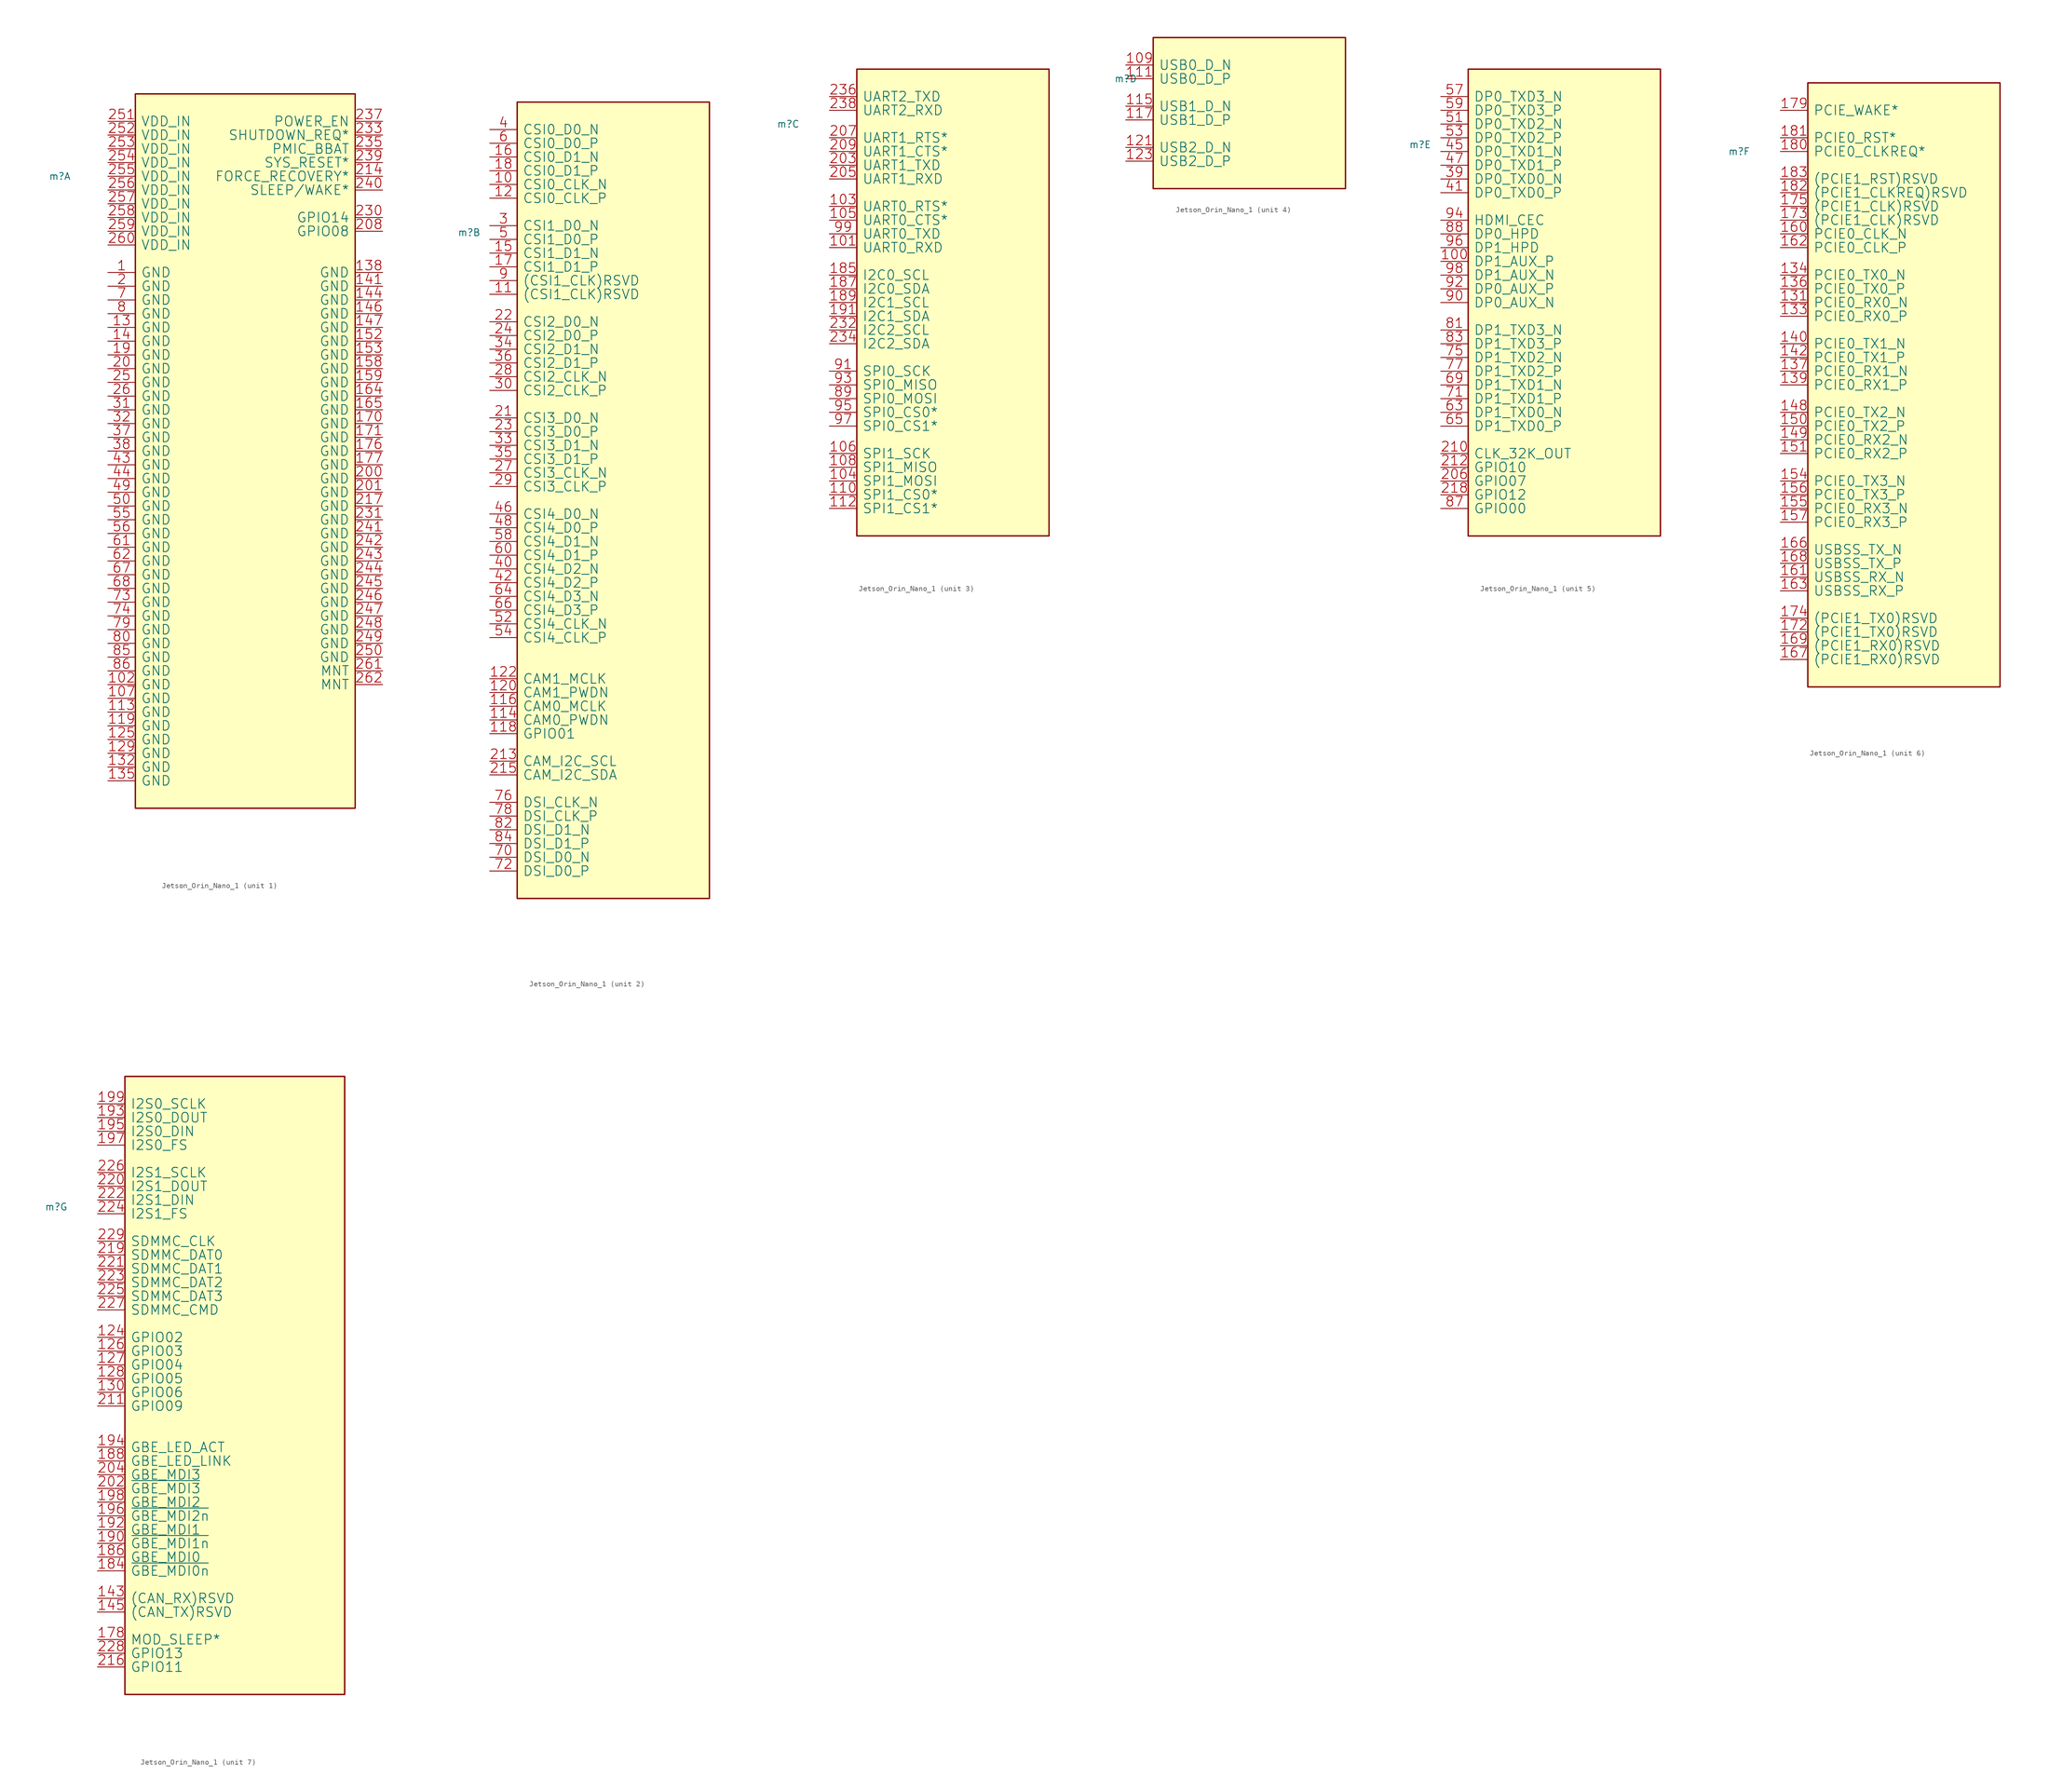
<source format=kicad_sym>
(kicad_symbol_lib
  (version 20220914)
  (generator kicad_symbol_editor)
  (symbol "Jetson_Orin_Nano_1"
    (pin_names
      (offset 1.016))
    (property "Reference" "m"
      (at 0 0 0)
      (effects (font (size 1.27 1.27))))
    (symbol "Jetson_Orin_Nano_1_1_1"
      (rectangle (start 13.97 -116.84) (end 54.61 15.24) (stroke (width 0.254) (type solid)) (fill (type background)))
      (pin passive line (at 8.89 -17.78 0) (length 5.08) (name "GND" (effects (font (size 1.778 1.778)))) (number "1" (effects (font (size 1.778 1.778)))))
      (pin passive line (at 8.89 -93.98 0) (length 5.08) (name "GND" (effects (font (size 1.778 1.778)))) (number "102" (effects (font (size 1.778 1.778)))))
      (pin passive line (at 8.89 -96.52 0) (length 5.08) (name "GND" (effects (font (size 1.778 1.778)))) (number "107" (effects (font (size 1.778 1.778)))))
      (pin passive line (at 8.89 -99.06 0) (length 5.08) (name "GND" (effects (font (size 1.778 1.778)))) (number "113" (effects (font (size 1.778 1.778)))))
      (pin passive line (at 8.89 -101.6 0) (length 5.08) (name "GND" (effects (font (size 1.778 1.778)))) (number "119" (effects (font (size 1.778 1.778)))))
      (pin passive line (at 8.89 -104.14 0) (length 5.08) (name "GND" (effects (font (size 1.778 1.778)))) (number "125" (effects (font (size 1.778 1.778)))))
      (pin passive line (at 8.89 -106.68 0) (length 5.08) (name "GND" (effects (font (size 1.778 1.778)))) (number "129" (effects (font (size 1.778 1.778)))))
      (pin passive line (at 8.89 -27.94 0) (length 5.08) (name "GND" (effects (font (size 1.778 1.778)))) (number "13" (effects (font (size 1.778 1.778)))))
      (pin passive line (at 8.89 -109.22 0) (length 5.08) (name "GND" (effects (font (size 1.778 1.778)))) (number "132" (effects (font (size 1.778 1.778)))))
      (pin passive line (at 8.89 -111.76 0) (length 5.08) (name "GND" (effects (font (size 1.778 1.778)))) (number "135" (effects (font (size 1.778 1.778)))))
      (pin passive line (at 59.69 -17.78 180) (length 5.08) (name "GND" (effects (font (size 1.778 1.778)))) (number "138" (effects (font (size 1.778 1.778)))))
      (pin passive line (at 8.89 -30.48 0) (length 5.08) (name "GND" (effects (font (size 1.778 1.778)))) (number "14" (effects (font (size 1.778 1.778)))))
      (pin passive line (at 59.69 -20.32 180) (length 5.08) (name "GND" (effects (font (size 1.778 1.778)))) (number "141" (effects (font (size 1.778 1.778)))))
      (pin passive line (at 59.69 -22.86 180) (length 5.08) (name "GND" (effects (font (size 1.778 1.778)))) (number "144" (effects (font (size 1.778 1.778)))))
      (pin passive line (at 59.69 -25.4 180) (length 5.08) (name "GND" (effects (font (size 1.778 1.778)))) (number "146" (effects (font (size 1.778 1.778)))))
      (pin passive line (at 59.69 -27.94 180) (length 5.08) (name "GND" (effects (font (size 1.778 1.778)))) (number "147" (effects (font (size 1.778 1.778)))))
      (pin passive line (at 59.69 -30.48 180) (length 5.08) (name "GND" (effects (font (size 1.778 1.778)))) (number "152" (effects (font (size 1.778 1.778)))))
      (pin passive line (at 59.69 -33.02 180) (length 5.08) (name "GND" (effects (font (size 1.778 1.778)))) (number "153" (effects (font (size 1.778 1.778)))))
      (pin passive line (at 59.69 -35.56 180) (length 5.08) (name "GND" (effects (font (size 1.778 1.778)))) (number "158" (effects (font (size 1.778 1.778)))))
      (pin passive line (at 59.69 -38.1 180) (length 5.08) (name "GND" (effects (font (size 1.778 1.778)))) (number "159" (effects (font (size 1.778 1.778)))))
      (pin passive line (at 59.69 -40.64 180) (length 5.08) (name "GND" (effects (font (size 1.778 1.778)))) (number "164" (effects (font (size 1.778 1.778)))))
      (pin passive line (at 59.69 -43.18 180) (length 5.08) (name "GND" (effects (font (size 1.778 1.778)))) (number "165" (effects (font (size 1.778 1.778)))))
      (pin passive line (at 59.69 -45.72 180) (length 5.08) (name "GND" (effects (font (size 1.778 1.778)))) (number "170" (effects (font (size 1.778 1.778)))))
      (pin passive line (at 59.69 -48.26 180) (length 5.08) (name "GND" (effects (font (size 1.778 1.778)))) (number "171" (effects (font (size 1.778 1.778)))))
      (pin passive line (at 59.69 -50.8 180) (length 5.08) (name "GND" (effects (font (size 1.778 1.778)))) (number "176" (effects (font (size 1.778 1.778)))))
      (pin passive line (at 59.69 -53.34 180) (length 5.08) (name "GND" (effects (font (size 1.778 1.778)))) (number "177" (effects (font (size 1.778 1.778)))))
      (pin passive line (at 8.89 -33.02 0) (length 5.08) (name "GND" (effects (font (size 1.778 1.778)))) (number "19" (effects (font (size 1.778 1.778)))))
      (pin passive line (at 8.89 -20.32 0) (length 5.08) (name "GND" (effects (font (size 1.778 1.778)))) (number "2" (effects (font (size 1.778 1.778)))))
      (pin passive line (at 8.89 -35.56 0) (length 5.08) (name "GND" (effects (font (size 1.778 1.778)))) (number "20" (effects (font (size 1.778 1.778)))))
      (pin passive line (at 59.69 -55.88 180) (length 5.08) (name "GND" (effects (font (size 1.778 1.778)))) (number "200" (effects (font (size 1.778 1.778)))))
      (pin passive line (at 59.69 -58.42 180) (length 5.08) (name "GND" (effects (font (size 1.778 1.778)))) (number "201" (effects (font (size 1.778 1.778)))))
      (pin passive line (at 59.69 -10.16 180) (length 5.08) (name "GPIO08" (effects (font (size 1.778 1.778)))) (number "208" (effects (font (size 1.778 1.778)))))
      (pin passive line (at 59.69 0 180) (length 5.08) (name "FORCE_RECOVERY*" (effects (font (size 1.778 1.778)))) (number "214" (effects (font (size 1.778 1.778)))))
      (pin passive line (at 59.69 -60.96 180) (length 5.08) (name "GND" (effects (font (size 1.778 1.778)))) (number "217" (effects (font (size 1.778 1.778)))))
      (pin passive line (at 59.69 -7.62 180) (length 5.08) (name "GPIO14" (effects (font (size 1.778 1.778)))) (number "230" (effects (font (size 1.778 1.778)))))
      (pin passive line (at 59.69 -63.5 180) (length 5.08) (name "GND" (effects (font (size 1.778 1.778)))) (number "231" (effects (font (size 1.778 1.778)))))
      (pin passive line (at 59.69 7.62 180) (length 5.08) (name "SHUTDOWN_REQ*" (effects (font (size 1.778 1.778)))) (number "233" (effects (font (size 1.778 1.778)))))
      (pin passive line (at 59.69 5.08 180) (length 5.08) (name "PMIC_BBAT" (effects (font (size 1.778 1.778)))) (number "235" (effects (font (size 1.778 1.778)))))
      (pin passive line (at 59.69 10.16 180) (length 5.08) (name "POWER_EN" (effects (font (size 1.778 1.778)))) (number "237" (effects (font (size 1.778 1.778)))))
      (pin passive line (at 59.69 2.54 180) (length 5.08) (name "SYS_RESET*" (effects (font (size 1.778 1.778)))) (number "239" (effects (font (size 1.778 1.778)))))
      (pin passive line (at 59.69 -2.54 180) (length 5.08) (name "SLEEP/WAKE*" (effects (font (size 1.778 1.778)))) (number "240" (effects (font (size 1.778 1.778)))))
      (pin passive line (at 59.69 -66.04 180) (length 5.08) (name "GND" (effects (font (size 1.778 1.778)))) (number "241" (effects (font (size 1.778 1.778)))))
      (pin passive line (at 59.69 -68.58 180) (length 5.08) (name "GND" (effects (font (size 1.778 1.778)))) (number "242" (effects (font (size 1.778 1.778)))))
      (pin passive line (at 59.69 -71.12 180) (length 5.08) (name "GND" (effects (font (size 1.778 1.778)))) (number "243" (effects (font (size 1.778 1.778)))))
      (pin passive line (at 59.69 -73.66 180) (length 5.08) (name "GND" (effects (font (size 1.778 1.778)))) (number "244" (effects (font (size 1.778 1.778)))))
      (pin passive line (at 59.69 -76.2 180) (length 5.08) (name "GND" (effects (font (size 1.778 1.778)))) (number "245" (effects (font (size 1.778 1.778)))))
      (pin passive line (at 59.69 -78.74 180) (length 5.08) (name "GND" (effects (font (size 1.778 1.778)))) (number "246" (effects (font (size 1.778 1.778)))))
      (pin passive line (at 59.69 -81.28 180) (length 5.08) (name "GND" (effects (font (size 1.778 1.778)))) (number "247" (effects (font (size 1.778 1.778)))))
      (pin passive line (at 59.69 -83.82 180) (length 5.08) (name "GND" (effects (font (size 1.778 1.778)))) (number "248" (effects (font (size 1.778 1.778)))))
      (pin passive line (at 59.69 -86.36 180) (length 5.08) (name "GND" (effects (font (size 1.778 1.778)))) (number "249" (effects (font (size 1.778 1.778)))))
      (pin passive line (at 8.89 -38.1 0) (length 5.08) (name "GND" (effects (font (size 1.778 1.778)))) (number "25" (effects (font (size 1.778 1.778)))))
      (pin passive line (at 59.69 -88.9 180) (length 5.08) (name "GND" (effects (font (size 1.778 1.778)))) (number "250" (effects (font (size 1.778 1.778)))))
      (pin passive line (at 8.89 10.16 0) (length 5.08) (name "VDD_IN" (effects (font (size 1.778 1.778)))) (number "251" (effects (font (size 1.778 1.778)))))
      (pin passive line (at 8.89 7.62 0) (length 5.08) (name "VDD_IN" (effects (font (size 1.778 1.778)))) (number "252" (effects (font (size 1.778 1.778)))))
      (pin passive line (at 8.89 5.08 0) (length 5.08) (name "VDD_IN" (effects (font (size 1.778 1.778)))) (number "253" (effects (font (size 1.778 1.778)))))
      (pin passive line (at 8.89 2.54 0) (length 5.08) (name "VDD_IN" (effects (font (size 1.778 1.778)))) (number "254" (effects (font (size 1.778 1.778)))))
      (pin passive line (at 8.89 0 0) (length 5.08) (name "VDD_IN" (effects (font (size 1.778 1.778)))) (number "255" (effects (font (size 1.778 1.778)))))
      (pin passive line (at 8.89 -2.54 0) (length 5.08) (name "VDD_IN" (effects (font (size 1.778 1.778)))) (number "256" (effects (font (size 1.778 1.778)))))
      (pin passive line (at 8.89 -5.08 0) (length 5.08) (name "VDD_IN" (effects (font (size 1.778 1.778)))) (number "257" (effects (font (size 1.778 1.778)))))
      (pin passive line (at 8.89 -7.62 0) (length 5.08) (name "VDD_IN" (effects (font (size 1.778 1.778)))) (number "258" (effects (font (size 1.778 1.778)))))
      (pin passive line (at 8.89 -10.16 0) (length 5.08) (name "VDD_IN" (effects (font (size 1.778 1.778)))) (number "259" (effects (font (size 1.778 1.778)))))
      (pin passive line (at 8.89 -40.64 0) (length 5.08) (name "GND" (effects (font (size 1.778 1.778)))) (number "26" (effects (font (size 1.778 1.778)))))
      (pin passive line (at 8.89 -12.7 0) (length 5.08) (name "VDD_IN" (effects (font (size 1.778 1.778)))) (number "260" (effects (font (size 1.778 1.778)))))
      (pin passive line (at 59.69 -91.44 180) (length 5.08) (name "MNT" (effects (font (size 1.778 1.778)))) (number "261" (effects (font (size 1.778 1.778)))))
      (pin passive line (at 59.69 -93.98 180) (length 5.08) (name "MNT" (effects (font (size 1.778 1.778)))) (number "262" (effects (font (size 1.778 1.778)))))
      (pin passive line (at 8.89 -43.18 0) (length 5.08) (name "GND" (effects (font (size 1.778 1.778)))) (number "31" (effects (font (size 1.778 1.778)))))
      (pin passive line (at 8.89 -45.72 0) (length 5.08) (name "GND" (effects (font (size 1.778 1.778)))) (number "32" (effects (font (size 1.778 1.778)))))
      (pin passive line (at 8.89 -48.26 0) (length 5.08) (name "GND" (effects (font (size 1.778 1.778)))) (number "37" (effects (font (size 1.778 1.778)))))
      (pin passive line (at 8.89 -50.8 0) (length 5.08) (name "GND" (effects (font (size 1.778 1.778)))) (number "38" (effects (font (size 1.778 1.778)))))
      (pin passive line (at 8.89 -53.34 0) (length 5.08) (name "GND" (effects (font (size 1.778 1.778)))) (number "43" (effects (font (size 1.778 1.778)))))
      (pin passive line (at 8.89 -55.88 0) (length 5.08) (name "GND" (effects (font (size 1.778 1.778)))) (number "44" (effects (font (size 1.778 1.778)))))
      (pin passive line (at 8.89 -58.42 0) (length 5.08) (name "GND" (effects (font (size 1.778 1.778)))) (number "49" (effects (font (size 1.778 1.778)))))
      (pin passive line (at 8.89 -60.96 0) (length 5.08) (name "GND" (effects (font (size 1.778 1.778)))) (number "50" (effects (font (size 1.778 1.778)))))
      (pin passive line (at 8.89 -63.5 0) (length 5.08) (name "GND" (effects (font (size 1.778 1.778)))) (number "55" (effects (font (size 1.778 1.778)))))
      (pin passive line (at 8.89 -66.04 0) (length 5.08) (name "GND" (effects (font (size 1.778 1.778)))) (number "56" (effects (font (size 1.778 1.778)))))
      (pin passive line (at 8.89 -68.58 0) (length 5.08) (name "GND" (effects (font (size 1.778 1.778)))) (number "61" (effects (font (size 1.778 1.778)))))
      (pin passive line (at 8.89 -71.12 0) (length 5.08) (name "GND" (effects (font (size 1.778 1.778)))) (number "62" (effects (font (size 1.778 1.778)))))
      (pin passive line (at 8.89 -73.66 0) (length 5.08) (name "GND" (effects (font (size 1.778 1.778)))) (number "67" (effects (font (size 1.778 1.778)))))
      (pin passive line (at 8.89 -76.2 0) (length 5.08) (name "GND" (effects (font (size 1.778 1.778)))) (number "68" (effects (font (size 1.778 1.778)))))
      (pin passive line (at 8.89 -22.86 0) (length 5.08) (name "GND" (effects (font (size 1.778 1.778)))) (number "7" (effects (font (size 1.778 1.778)))))
      (pin passive line (at 8.89 -78.74 0) (length 5.08) (name "GND" (effects (font (size 1.778 1.778)))) (number "73" (effects (font (size 1.778 1.778)))))
      (pin passive line (at 8.89 -81.28 0) (length 5.08) (name "GND" (effects (font (size 1.778 1.778)))) (number "74" (effects (font (size 1.778 1.778)))))
      (pin passive line (at 8.89 -83.82 0) (length 5.08) (name "GND" (effects (font (size 1.778 1.778)))) (number "79" (effects (font (size 1.778 1.778)))))
      (pin passive line (at 8.89 -25.4 0) (length 5.08) (name "GND" (effects (font (size 1.778 1.778)))) (number "8" (effects (font (size 1.778 1.778)))))
      (pin passive line (at 8.89 -86.36 0) (length 5.08) (name "GND" (effects (font (size 1.778 1.778)))) (number "80" (effects (font (size 1.778 1.778)))))
      (pin passive line (at 8.89 -88.9 0) (length 5.08) (name "GND" (effects (font (size 1.778 1.778)))) (number "85" (effects (font (size 1.778 1.778)))))
      (pin passive line (at 8.89 -91.44 0) (length 5.08) (name "GND" (effects (font (size 1.778 1.778)))) (number "86" (effects (font (size 1.778 1.778))))))
    (symbol "Jetson_Orin_Nano_1_2_1"
      (rectangle (start 44.45 -123.19) (end 8.89 24.13) (stroke (width 0.254) (type solid)) (fill (type background)))
      (pin passive line (at 3.81 8.89 0) (length 5.08) (name "CSI0_CLK_N" (effects (font (size 1.778 1.778)))) (number "10" (effects (font (size 1.778 1.778)))))
      (pin passive line (at 3.81 -11.43 0) (length 5.08) (name "(CSI1_CLK)RSVD" (effects (font (size 1.778 1.778)))) (number "11" (effects (font (size 1.778 1.778)))))
      (pin passive line (at 3.81 -90.17 0) (length 5.08) (name "CAM0_PWDN" (effects (font (size 1.778 1.778)))) (number "114" (effects (font (size 1.778 1.778)))))
      (pin passive line (at 3.81 -87.63 0) (length 5.08) (name "CAM0_MCLK" (effects (font (size 1.778 1.778)))) (number "116" (effects (font (size 1.778 1.778)))))
      (pin passive line (at 3.81 -92.71 0) (length 5.08) (name "GPIO01" (effects (font (size 1.778 1.778)))) (number "118" (effects (font (size 1.778 1.778)))))
      (pin passive line (at 3.81 6.35 0) (length 5.08) (name "CSI0_CLK_P" (effects (font (size 1.778 1.778)))) (number "12" (effects (font (size 1.778 1.778)))))
      (pin passive line (at 3.81 -85.09 0) (length 5.08) (name "CAM1_PWDN" (effects (font (size 1.778 1.778)))) (number "120" (effects (font (size 1.778 1.778)))))
      (pin passive line (at 3.81 -82.55 0) (length 5.08) (name "CAM1_MCLK" (effects (font (size 1.778 1.778)))) (number "122" (effects (font (size 1.778 1.778)))))
      (pin passive line (at 3.81 -3.81 0) (length 5.08) (name "CSI1_D1_N" (effects (font (size 1.778 1.778)))) (number "15" (effects (font (size 1.778 1.778)))))
      (pin passive line (at 3.81 13.97 0) (length 5.08) (name "CSI0_D1_N" (effects (font (size 1.778 1.778)))) (number "16" (effects (font (size 1.778 1.778)))))
      (pin passive line (at 3.81 -6.35 0) (length 5.08) (name "CSI1_D1_P" (effects (font (size 1.778 1.778)))) (number "17" (effects (font (size 1.778 1.778)))))
      (pin passive line (at 3.81 11.43 0) (length 5.08) (name "CSI0_D1_P" (effects (font (size 1.778 1.778)))) (number "18" (effects (font (size 1.778 1.778)))))
      (pin passive line (at 3.81 -34.29 0) (length 5.08) (name "CSI3_D0_N" (effects (font (size 1.778 1.778)))) (number "21" (effects (font (size 1.778 1.778)))))
      (pin passive line (at 3.81 -97.79 0) (length 5.08) (name "CAM_I2C_SCL" (effects (font (size 1.778 1.778)))) (number "213" (effects (font (size 1.778 1.778)))))
      (pin passive line (at 3.81 -100.33 0) (length 5.08) (name "CAM_I2C_SDA" (effects (font (size 1.778 1.778)))) (number "215" (effects (font (size 1.778 1.778)))))
      (pin passive line (at 3.81 -16.51 0) (length 5.08) (name "CSI2_D0_N" (effects (font (size 1.778 1.778)))) (number "22" (effects (font (size 1.778 1.778)))))
      (pin passive line (at 3.81 -36.83 0) (length 5.08) (name "CSI3_D0_P" (effects (font (size 1.778 1.778)))) (number "23" (effects (font (size 1.778 1.778)))))
      (pin passive line (at 3.81 -19.05 0) (length 5.08) (name "CSI2_D0_P" (effects (font (size 1.778 1.778)))) (number "24" (effects (font (size 1.778 1.778)))))
      (pin passive line (at 3.81 -44.45 0) (length 5.08) (name "CSI3_CLK_N" (effects (font (size 1.778 1.778)))) (number "27" (effects (font (size 1.778 1.778)))))
      (pin passive line (at 3.81 -26.67 0) (length 5.08) (name "CSI2_CLK_N" (effects (font (size 1.778 1.778)))) (number "28" (effects (font (size 1.778 1.778)))))
      (pin passive line (at 3.81 -46.99 0) (length 5.08) (name "CSI3_CLK_P" (effects (font (size 1.778 1.778)))) (number "29" (effects (font (size 1.778 1.778)))))
      (pin passive line (at 3.81 1.27 0) (length 5.08) (name "CSI1_D0_N" (effects (font (size 1.778 1.778)))) (number "3" (effects (font (size 1.778 1.778)))))
      (pin passive line (at 3.81 -29.21 0) (length 5.08) (name "CSI2_CLK_P" (effects (font (size 1.778 1.778)))) (number "30" (effects (font (size 1.778 1.778)))))
      (pin passive line (at 3.81 -39.37 0) (length 5.08) (name "CSI3_D1_N" (effects (font (size 1.778 1.778)))) (number "33" (effects (font (size 1.778 1.778)))))
      (pin passive line (at 3.81 -21.59 0) (length 5.08) (name "CSI2_D1_N" (effects (font (size 1.778 1.778)))) (number "34" (effects (font (size 1.778 1.778)))))
      (pin passive line (at 3.81 -41.91 0) (length 5.08) (name "CSI3_D1_P" (effects (font (size 1.778 1.778)))) (number "35" (effects (font (size 1.778 1.778)))))
      (pin passive line (at 3.81 -24.13 0) (length 5.08) (name "CSI2_D1_P" (effects (font (size 1.778 1.778)))) (number "36" (effects (font (size 1.778 1.778)))))
      (pin passive line (at 3.81 19.05 0) (length 5.08) (name "CSI0_D0_N" (effects (font (size 1.778 1.778)))) (number "4" (effects (font (size 1.778 1.778)))))
      (pin passive line (at 3.81 -62.23 0) (length 5.08) (name "CSI4_D2_N" (effects (font (size 1.778 1.778)))) (number "40" (effects (font (size 1.778 1.778)))))
      (pin passive line (at 3.81 -64.77 0) (length 5.08) (name "CSI4_D2_P" (effects (font (size 1.778 1.778)))) (number "42" (effects (font (size 1.778 1.778)))))
      (pin passive line (at 3.81 -52.07 0) (length 5.08) (name "CSI4_D0_N" (effects (font (size 1.778 1.778)))) (number "46" (effects (font (size 1.778 1.778)))))
      (pin passive line (at 3.81 -54.61 0) (length 5.08) (name "CSI4_D0_P" (effects (font (size 1.778 1.778)))) (number "48" (effects (font (size 1.778 1.778)))))
      (pin passive line (at 3.81 -1.27 0) (length 5.08) (name "CSI1_D0_P" (effects (font (size 1.778 1.778)))) (number "5" (effects (font (size 1.778 1.778)))))
      (pin passive line (at 3.81 -72.39 0) (length 5.08) (name "CSI4_CLK_N" (effects (font (size 1.778 1.778)))) (number "52" (effects (font (size 1.778 1.778)))))
      (pin passive line (at 3.81 -74.93 0) (length 5.08) (name "CSI4_CLK_P" (effects (font (size 1.778 1.778)))) (number "54" (effects (font (size 1.778 1.778)))))
      (pin passive line (at 3.81 -57.15 0) (length 5.08) (name "CSI4_D1_N" (effects (font (size 1.778 1.778)))) (number "58" (effects (font (size 1.778 1.778)))))
      (pin passive line (at 3.81 16.51 0) (length 5.08) (name "CSI0_D0_P" (effects (font (size 1.778 1.778)))) (number "6" (effects (font (size 1.778 1.778)))))
      (pin passive line (at 3.81 -59.69 0) (length 5.08) (name "CSI4_D1_P" (effects (font (size 1.778 1.778)))) (number "60" (effects (font (size 1.778 1.778)))))
      (pin passive line (at 3.81 -67.31 0) (length 5.08) (name "CSI4_D3_N" (effects (font (size 1.778 1.778)))) (number "64" (effects (font (size 1.778 1.778)))))
      (pin passive line (at 3.81 -69.85 0) (length 5.08) (name "CSI4_D3_P" (effects (font (size 1.778 1.778)))) (number "66" (effects (font (size 1.778 1.778)))))
      (pin passive line (at 3.81 -115.57 0) (length 5.08) (name "DSI_D0_N" (effects (font (size 1.778 1.778)))) (number "70" (effects (font (size 1.778 1.778)))))
      (pin passive line (at 3.81 -118.11 0) (length 5.08) (name "DSI_D0_P" (effects (font (size 1.778 1.778)))) (number "72" (effects (font (size 1.778 1.778)))))
      (pin passive line (at 3.81 -105.41 0) (length 5.08) (name "DSI_CLK_N" (effects (font (size 1.778 1.778)))) (number "76" (effects (font (size 1.778 1.778)))))
      (pin passive line (at 3.81 -107.95 0) (length 5.08) (name "DSI_CLK_P" (effects (font (size 1.778 1.778)))) (number "78" (effects (font (size 1.778 1.778)))))
      (pin passive line (at 3.81 -110.49 0) (length 5.08) (name "DSI_D1_N" (effects (font (size 1.778 1.778)))) (number "82" (effects (font (size 1.778 1.778)))))
      (pin passive line (at 3.81 -113.03 0) (length 5.08) (name "DSI_D1_P" (effects (font (size 1.778 1.778)))) (number "84" (effects (font (size 1.778 1.778)))))
      (pin passive line (at 3.81 -8.89 0) (length 5.08) (name "(CSI1_CLK)RSVD" (effects (font (size 1.778 1.778)))) (number "9" (effects (font (size 1.778 1.778))))))
    (symbol "Jetson_Orin_Nano_1_3_1"
      (rectangle (start 12.7 -76.2) (end 48.26 10.16) (stroke (width 0.254) (type solid)) (fill (type background)))
      (pin passive line (at 7.62 -22.86 0) (length 5.08) (name "UART0_RXD" (effects (font (size 1.778 1.778)))) (number "101" (effects (font (size 1.778 1.778)))))
      (pin passive line (at 7.62 -15.24 0) (length 5.08) (name "UART0_RTS*" (effects (font (size 1.778 1.778)))) (number "103" (effects (font (size 1.778 1.778)))))
      (pin passive line (at 7.62 -66.04 0) (length 5.08) (name "SPI1_MOSI" (effects (font (size 1.778 1.778)))) (number "104" (effects (font (size 1.778 1.778)))))
      (pin passive line (at 7.62 -17.78 0) (length 5.08) (name "UART0_CTS*" (effects (font (size 1.778 1.778)))) (number "105" (effects (font (size 1.778 1.778)))))
      (pin passive line (at 7.62 -60.96 0) (length 5.08) (name "SPI1_SCK" (effects (font (size 1.778 1.778)))) (number "106" (effects (font (size 1.778 1.778)))))
      (pin passive line (at 7.62 -63.5 0) (length 5.08) (name "SPI1_MISO" (effects (font (size 1.778 1.778)))) (number "108" (effects (font (size 1.778 1.778)))))
      (pin passive line (at 7.62 -68.58 0) (length 5.08) (name "SPI1_CS0*" (effects (font (size 1.778 1.778)))) (number "110" (effects (font (size 1.778 1.778)))))
      (pin passive line (at 7.62 -71.12 0) (length 5.08) (name "SPI1_CS1*" (effects (font (size 1.778 1.778)))) (number "112" (effects (font (size 1.778 1.778)))))
      (pin passive line (at 7.62 -27.94 0) (length 5.08) (name "I2C0_SCL" (effects (font (size 1.778 1.778)))) (number "185" (effects (font (size 1.778 1.778)))))
      (pin passive line (at 7.62 -30.48 0) (length 5.08) (name "I2C0_SDA" (effects (font (size 1.778 1.778)))) (number "187" (effects (font (size 1.778 1.778)))))
      (pin passive line (at 7.62 -33.02 0) (length 5.08) (name "I2C1_SCL" (effects (font (size 1.778 1.778)))) (number "189" (effects (font (size 1.778 1.778)))))
      (pin passive line (at 7.62 -35.56 0) (length 5.08) (name "I2C1_SDA" (effects (font (size 1.778 1.778)))) (number "191" (effects (font (size 1.778 1.778)))))
      (pin passive line (at 7.62 -7.62 0) (length 5.08) (name "UART1_TXD" (effects (font (size 1.778 1.778)))) (number "203" (effects (font (size 1.778 1.778)))))
      (pin passive line (at 7.62 -10.16 0) (length 5.08) (name "UART1_RXD" (effects (font (size 1.778 1.778)))) (number "205" (effects (font (size 1.778 1.778)))))
      (pin passive line (at 7.62 -2.54 0) (length 5.08) (name "UART1_RTS*" (effects (font (size 1.778 1.778)))) (number "207" (effects (font (size 1.778 1.778)))))
      (pin passive line (at 7.62 -5.08 0) (length 5.08) (name "UART1_CTS*" (effects (font (size 1.778 1.778)))) (number "209" (effects (font (size 1.778 1.778)))))
      (pin passive line (at 7.62 -38.1 0) (length 5.08) (name "I2C2_SCL" (effects (font (size 1.778 1.778)))) (number "232" (effects (font (size 1.778 1.778)))))
      (pin passive line (at 7.62 -40.64 0) (length 5.08) (name "I2C2_SDA" (effects (font (size 1.778 1.778)))) (number "234" (effects (font (size 1.778 1.778)))))
      (pin passive line (at 7.62 5.08 0) (length 5.08) (name "UART2_TXD" (effects (font (size 1.778 1.778)))) (number "236" (effects (font (size 1.778 1.778)))))
      (pin passive line (at 7.62 2.54 0) (length 5.08) (name "UART2_RXD" (effects (font (size 1.778 1.778)))) (number "238" (effects (font (size 1.778 1.778)))))
      (pin passive line (at 7.62 -50.8 0) (length 5.08) (name "SPI0_MOSI" (effects (font (size 1.778 1.778)))) (number "89" (effects (font (size 1.778 1.778)))))
      (pin passive line (at 7.62 -45.72 0) (length 5.08) (name "SPI0_SCK" (effects (font (size 1.778 1.778)))) (number "91" (effects (font (size 1.778 1.778)))))
      (pin passive line (at 7.62 -48.26 0) (length 5.08) (name "SPI0_MISO" (effects (font (size 1.778 1.778)))) (number "93" (effects (font (size 1.778 1.778)))))
      (pin passive line (at 7.62 -53.34 0) (length 5.08) (name "SPI0_CS0*" (effects (font (size 1.778 1.778)))) (number "95" (effects (font (size 1.778 1.778)))))
      (pin passive line (at 7.62 -55.88 0) (length 5.08) (name "SPI0_CS1*" (effects (font (size 1.778 1.778)))) (number "97" (effects (font (size 1.778 1.778)))))
      (pin passive line (at 7.62 -20.32 0) (length 5.08) (name "UART0_TXD" (effects (font (size 1.778 1.778)))) (number "99" (effects (font (size 1.778 1.778))))))
    (symbol "Jetson_Orin_Nano_1_4_1"
      (rectangle (start 5.08 -20.32) (end 40.64 7.62) (stroke (width 0.254) (type solid)) (fill (type background)))
      (pin passive line (at 0 2.54 0) (length 5.08) (name "USB0_D_N" (effects (font (size 1.778 1.778)))) (number "109" (effects (font (size 1.778 1.778)))))
      (pin passive line (at 0 0 0) (length 5.08) (name "USB0_D_P" (effects (font (size 1.778 1.778)))) (number "111" (effects (font (size 1.778 1.778)))))
      (pin passive line (at 0 -5.08 0) (length 5.08) (name "USB1_D_N" (effects (font (size 1.778 1.778)))) (number "115" (effects (font (size 1.778 1.778)))))
      (pin passive line (at 0 -7.62 0) (length 5.08) (name "USB1_D_P" (effects (font (size 1.778 1.778)))) (number "117" (effects (font (size 1.778 1.778)))))
      (pin passive line (at 0 -12.7 0) (length 5.08) (name "USB2_D_N" (effects (font (size 1.778 1.778)))) (number "121" (effects (font (size 1.778 1.778)))))
      (pin passive line (at 0 -15.24 0) (length 5.08) (name "USB2_D_P" (effects (font (size 1.778 1.778)))) (number "123" (effects (font (size 1.778 1.778))))))
    (symbol "Jetson_Orin_Nano_1_5_1"
      (rectangle (start 44.45 -72.39) (end 8.89 13.97) (stroke (width 0.254) (type solid)) (fill (type background)))
      (pin passive line (at 3.81 -21.59 0) (length 5.08) (name "DP1_AUX_P" (effects (font (size 1.778 1.778)))) (number "100" (effects (font (size 1.778 1.778)))))
      (pin passive line (at 3.81 -62.23 0) (length 5.08) (name "GPIO07" (effects (font (size 1.778 1.778)))) (number "206" (effects (font (size 1.778 1.778)))))
      (pin passive line (at 3.81 -57.15 0) (length 5.08) (name "CLK_32K_OUT" (effects (font (size 1.778 1.778)))) (number "210" (effects (font (size 1.778 1.778)))))
      (pin passive line (at 3.81 -59.69 0) (length 5.08) (name "GPIO10" (effects (font (size 1.778 1.778)))) (number "212" (effects (font (size 1.778 1.778)))))
      (pin passive line (at 3.81 -64.77 0) (length 5.08) (name "GPIO12" (effects (font (size 1.778 1.778)))) (number "218" (effects (font (size 1.778 1.778)))))
      (pin passive line (at 3.81 -6.35 0) (length 5.08) (name "DP0_TXD0_N" (effects (font (size 1.778 1.778)))) (number "39" (effects (font (size 1.778 1.778)))))
      (pin passive line (at 3.81 -8.89 0) (length 5.08) (name "DP0_TXD0_P" (effects (font (size 1.778 1.778)))) (number "41" (effects (font (size 1.778 1.778)))))
      (pin passive line (at 3.81 -1.27 0) (length 5.08) (name "DP0_TXD1_N" (effects (font (size 1.778 1.778)))) (number "45" (effects (font (size 1.778 1.778)))))
      (pin passive line (at 3.81 -3.81 0) (length 5.08) (name "DP0_TXD1_P" (effects (font (size 1.778 1.778)))) (number "47" (effects (font (size 1.778 1.778)))))
      (pin passive line (at 3.81 3.81 0) (length 5.08) (name "DP0_TXD2_N" (effects (font (size 1.778 1.778)))) (number "51" (effects (font (size 1.778 1.778)))))
      (pin passive line (at 3.81 1.27 0) (length 5.08) (name "DP0_TXD2_P" (effects (font (size 1.778 1.778)))) (number "53" (effects (font (size 1.778 1.778)))))
      (pin passive line (at 3.81 8.89 0) (length 5.08) (name "DP0_TXD3_N" (effects (font (size 1.778 1.778)))) (number "57" (effects (font (size 1.778 1.778)))))
      (pin passive line (at 3.81 6.35 0) (length 5.08) (name "DP0_TXD3_P" (effects (font (size 1.778 1.778)))) (number "59" (effects (font (size 1.778 1.778)))))
      (pin passive line (at 3.81 -49.53 0) (length 5.08) (name "DP1_TXD0_N" (effects (font (size 1.778 1.778)))) (number "63" (effects (font (size 1.778 1.778)))))
      (pin passive line (at 3.81 -52.07 0) (length 5.08) (name "DP1_TXD0_P" (effects (font (size 1.778 1.778)))) (number "65" (effects (font (size 1.778 1.778)))))
      (pin passive line (at 3.81 -44.45 0) (length 5.08) (name "DP1_TXD1_N" (effects (font (size 1.778 1.778)))) (number "69" (effects (font (size 1.778 1.778)))))
      (pin passive line (at 3.81 -46.99 0) (length 5.08) (name "DP1_TXD1_P" (effects (font (size 1.778 1.778)))) (number "71" (effects (font (size 1.778 1.778)))))
      (pin passive line (at 3.81 -39.37 0) (length 5.08) (name "DP1_TXD2_N" (effects (font (size 1.778 1.778)))) (number "75" (effects (font (size 1.778 1.778)))))
      (pin passive line (at 3.81 -41.91 0) (length 5.08) (name "DP1_TXD2_P" (effects (font (size 1.778 1.778)))) (number "77" (effects (font (size 1.778 1.778)))))
      (pin passive line (at 3.81 -34.29 0) (length 5.08) (name "DP1_TXD3_N" (effects (font (size 1.778 1.778)))) (number "81" (effects (font (size 1.778 1.778)))))
      (pin passive line (at 3.81 -36.83 0) (length 5.08) (name "DP1_TXD3_P" (effects (font (size 1.778 1.778)))) (number "83" (effects (font (size 1.778 1.778)))))
      (pin passive line (at 3.81 -67.31 0) (length 5.08) (name "GPIO00" (effects (font (size 1.778 1.778)))) (number "87" (effects (font (size 1.778 1.778)))))
      (pin passive line (at 3.81 -16.51 0) (length 5.08) (name "DP0_HPD" (effects (font (size 1.778 1.778)))) (number "88" (effects (font (size 1.778 1.778)))))
      (pin passive line (at 3.81 -29.21 0) (length 5.08) (name "DP0_AUX_N" (effects (font (size 1.778 1.778)))) (number "90" (effects (font (size 1.778 1.778)))))
      (pin passive line (at 3.81 -26.67 0) (length 5.08) (name "DP0_AUX_P" (effects (font (size 1.778 1.778)))) (number "92" (effects (font (size 1.778 1.778)))))
      (pin passive line (at 3.81 -13.97 0) (length 5.08) (name "HDMI_CEC" (effects (font (size 1.778 1.778)))) (number "94" (effects (font (size 1.778 1.778)))))
      (pin passive line (at 3.81 -19.05 0) (length 5.08) (name "DP1_HPD" (effects (font (size 1.778 1.778)))) (number "96" (effects (font (size 1.778 1.778)))))
      (pin passive line (at 3.81 -24.13 0) (length 5.08) (name "DP1_AUX_N" (effects (font (size 1.778 1.778)))) (number "98" (effects (font (size 1.778 1.778))))))
    (symbol "Jetson_Orin_Nano_1_6_1"
      (rectangle (start 12.7 -99.06) (end 48.26 12.7) (stroke (width 0.254) (type solid)) (fill (type background)))
      (pin passive line (at 7.62 -27.94 0) (length 5.08) (name "PCIE0_RX0_N" (effects (font (size 1.778 1.778)))) (number "131" (effects (font (size 1.778 1.778)))))
      (pin passive line (at 7.62 -30.48 0) (length 5.08) (name "PCIE0_RX0_P" (effects (font (size 1.778 1.778)))) (number "133" (effects (font (size 1.778 1.778)))))
      (pin passive line (at 7.62 -22.86 0) (length 5.08) (name "PCIE0_TX0_N" (effects (font (size 1.778 1.778)))) (number "134" (effects (font (size 1.778 1.778)))))
      (pin passive line (at 7.62 -25.4 0) (length 5.08) (name "PCIE0_TX0_P" (effects (font (size 1.778 1.778)))) (number "136" (effects (font (size 1.778 1.778)))))
      (pin passive line (at 7.62 -40.64 0) (length 5.08) (name "PCIE0_RX1_N" (effects (font (size 1.778 1.778)))) (number "137" (effects (font (size 1.778 1.778)))))
      (pin passive line (at 7.62 -43.18 0) (length 5.08) (name "PCIE0_RX1_P" (effects (font (size 1.778 1.778)))) (number "139" (effects (font (size 1.778 1.778)))))
      (pin passive line (at 7.62 -35.56 0) (length 5.08) (name "PCIE0_TX1_N" (effects (font (size 1.778 1.778)))) (number "140" (effects (font (size 1.778 1.778)))))
      (pin passive line (at 7.62 -38.1 0) (length 5.08) (name "PCIE0_TX1_P" (effects (font (size 1.778 1.778)))) (number "142" (effects (font (size 1.778 1.778)))))
      (pin passive line (at 7.62 -48.26 0) (length 5.08) (name "PCIE0_TX2_N" (effects (font (size 1.778 1.778)))) (number "148" (effects (font (size 1.778 1.778)))))
      (pin passive line (at 7.62 -53.34 0) (length 5.08) (name "PCIE0_RX2_N" (effects (font (size 1.778 1.778)))) (number "149" (effects (font (size 1.778 1.778)))))
      (pin passive line (at 7.62 -50.8 0) (length 5.08) (name "PCIE0_TX2_P" (effects (font (size 1.778 1.778)))) (number "150" (effects (font (size 1.778 1.778)))))
      (pin passive line (at 7.62 -55.88 0) (length 5.08) (name "PCIE0_RX2_P" (effects (font (size 1.778 1.778)))) (number "151" (effects (font (size 1.778 1.778)))))
      (pin passive line (at 7.62 -60.96 0) (length 5.08) (name "PCIE0_TX3_N" (effects (font (size 1.778 1.778)))) (number "154" (effects (font (size 1.778 1.778)))))
      (pin passive line (at 7.62 -66.04 0) (length 5.08) (name "PCIE0_RX3_N" (effects (font (size 1.778 1.778)))) (number "155" (effects (font (size 1.778 1.778)))))
      (pin passive line (at 7.62 -63.5 0) (length 5.08) (name "PCIE0_TX3_P" (effects (font (size 1.778 1.778)))) (number "156" (effects (font (size 1.778 1.778)))))
      (pin passive line (at 7.62 -68.58 0) (length 5.08) (name "PCIE0_RX3_P" (effects (font (size 1.778 1.778)))) (number "157" (effects (font (size 1.778 1.778)))))
      (pin passive line (at 7.62 -15.24 0) (length 5.08) (name "PCIE0_CLK_N" (effects (font (size 1.778 1.778)))) (number "160" (effects (font (size 1.778 1.778)))))
      (pin passive line (at 7.62 -78.74 0) (length 5.08) (name "USBSS_RX_N" (effects (font (size 1.778 1.778)))) (number "161" (effects (font (size 1.778 1.778)))))
      (pin passive line (at 7.62 -17.78 0) (length 5.08) (name "PCIE0_CLK_P" (effects (font (size 1.778 1.778)))) (number "162" (effects (font (size 1.778 1.778)))))
      (pin passive line (at 7.62 -81.28 0) (length 5.08) (name "USBSS_RX_P" (effects (font (size 1.778 1.778)))) (number "163" (effects (font (size 1.778 1.778)))))
      (pin passive line (at 7.62 -73.66 0) (length 5.08) (name "USBSS_TX_N" (effects (font (size 1.778 1.778)))) (number "166" (effects (font (size 1.778 1.778)))))
      (pin passive line (at 7.62 -93.98 0) (length 5.08) (name "(PCIE1_RX0)RSVD" (effects (font (size 1.778 1.778)))) (number "167" (effects (font (size 1.778 1.778)))))
      (pin passive line (at 7.62 -76.2 0) (length 5.08) (name "USBSS_TX_P" (effects (font (size 1.778 1.778)))) (number "168" (effects (font (size 1.778 1.778)))))
      (pin passive line (at 7.62 -91.44 0) (length 5.08) (name "(PCIE1_RX0)RSVD" (effects (font (size 1.778 1.778)))) (number "169" (effects (font (size 1.778 1.778)))))
      (pin passive line (at 7.62 -88.9 0) (length 5.08) (name "(PCIE1_TX0)RSVD" (effects (font (size 1.778 1.778)))) (number "172" (effects (font (size 1.778 1.778)))))
      (pin passive line (at 7.62 -12.7 0) (length 5.08) (name "(PCIE1_CLK)RSVD" (effects (font (size 1.778 1.778)))) (number "173" (effects (font (size 1.778 1.778)))))
      (pin passive line (at 7.62 -86.36 0) (length 5.08) (name "(PCIE1_TX0)RSVD" (effects (font (size 1.778 1.778)))) (number "174" (effects (font (size 1.778 1.778)))))
      (pin passive line (at 7.62 -10.16 0) (length 5.08) (name "(PCIE1_CLK)RSVD" (effects (font (size 1.778 1.778)))) (number "175" (effects (font (size 1.778 1.778)))))
      (pin passive line (at 7.62 7.62 0) (length 5.08) (name "PCIE_WAKE*" (effects (font (size 1.778 1.778)))) (number "179" (effects (font (size 1.778 1.778)))))
      (pin passive line (at 7.62 0 0) (length 5.08) (name "PCIE0_CLKREQ*" (effects (font (size 1.778 1.778)))) (number "180" (effects (font (size 1.778 1.778)))))
      (pin passive line (at 7.62 2.54 0) (length 5.08) (name "PCIE0_RST*" (effects (font (size 1.778 1.778)))) (number "181" (effects (font (size 1.778 1.778)))))
      (pin passive line (at 7.62 -7.62 0) (length 5.08) (name "(PCIE1_CLKREQ)RSVD" (effects (font (size 1.778 1.778)))) (number "182" (effects (font (size 1.778 1.778)))))
      (pin passive line (at 7.62 -5.08 0) (length 5.08) (name "(PCIE1_RST)RSVD" (effects (font (size 1.778 1.778)))) (number "183" (effects (font (size 1.778 1.778))))))
    (symbol "Jetson_Orin_Nano_1_7_1"
      (rectangle (start 12.7 -90.17) (end 53.34 24.13) (stroke (width 0.254) (type solid)) (fill (type background)))
      (pin passive line (at 7.62 -24.13 0) (length 5.08) (name "GPIO02" (effects (font (size 1.778 1.778)))) (number "124" (effects (font (size 1.778 1.778)))))
      (pin passive line (at 7.62 -26.67 0) (length 5.08) (name "GPIO03" (effects (font (size 1.778 1.778)))) (number "126" (effects (font (size 1.778 1.778)))))
      (pin passive line (at 7.62 -29.21 0) (length 5.08) (name "GPIO04" (effects (font (size 1.778 1.778)))) (number "127" (effects (font (size 1.778 1.778)))))
      (pin passive line (at 7.62 -31.75 0) (length 5.08) (name "GPIO05" (effects (font (size 1.778 1.778)))) (number "128" (effects (font (size 1.778 1.778)))))
      (pin passive line (at 7.62 -34.29 0) (length 5.08) (name "GPIO06" (effects (font (size 1.778 1.778)))) (number "130" (effects (font (size 1.778 1.778)))))
      (pin passive line (at 7.62 -72.39 0) (length 5.08) (name "(CAN_RX)RSVD" (effects (font (size 1.778 1.778)))) (number "143" (effects (font (size 1.778 1.778)))))
      (pin passive line (at 7.62 -74.93 0) (length 5.08) (name "(CAN_TX)RSVD" (effects (font (size 1.778 1.778)))) (number "145" (effects (font (size 1.778 1.778)))))
      (pin passive line (at 7.62 -80.01 0) (length 5.08) (name "MOD_SLEEP*" (effects (font (size 1.778 1.778)))) (number "178" (effects (font (size 1.778 1.778)))))
      (pin passive line (at 7.62 -67.31 0) (length 5.08) (name "~{GBE_MDI0n}" (effects (font (size 1.778 1.778)))) (number "184" (effects (font (size 1.778 1.778)))))
      (pin passive line (at 7.62 -64.77 0) (length 5.08) (name "GBE_MDI0" (effects (font (size 1.778 1.778)))) (number "186" (effects (font (size 1.778 1.778)))))
      (pin passive line (at 7.62 -46.99 0) (length 5.08) (name "GBE_LED_LINK" (effects (font (size 1.778 1.778)))) (number "188" (effects (font (size 1.778 1.778)))))
      (pin passive line (at 7.62 -62.23 0) (length 5.08) (name "~{GBE_MDI1n}" (effects (font (size 1.778 1.778)))) (number "190" (effects (font (size 1.778 1.778)))))
      (pin passive line (at 7.62 -59.69 0) (length 5.08) (name "GBE_MDI1" (effects (font (size 1.778 1.778)))) (number "192" (effects (font (size 1.778 1.778)))))
      (pin passive line (at 7.62 16.51 0) (length 5.08) (name "I2S0_DOUT" (effects (font (size 1.778 1.778)))) (number "193" (effects (font (size 1.778 1.778)))))
      (pin passive line (at 7.62 -44.45 0) (length 5.08) (name "GBE_LED_ACT" (effects (font (size 1.778 1.778)))) (number "194" (effects (font (size 1.778 1.778)))))
      (pin passive line (at 7.62 13.97 0) (length 5.08) (name "I2S0_DIN" (effects (font (size 1.778 1.778)))) (number "195" (effects (font (size 1.778 1.778)))))
      (pin passive line (at 7.62 -57.15 0) (length 5.08) (name "~{GBE_MDI2n}" (effects (font (size 1.778 1.778)))) (number "196" (effects (font (size 1.778 1.778)))))
      (pin passive line (at 7.62 11.43 0) (length 5.08) (name "I2S0_FS" (effects (font (size 1.778 1.778)))) (number "197" (effects (font (size 1.778 1.778)))))
      (pin passive line (at 7.62 -54.61 0) (length 5.08) (name "GBE_MDI2" (effects (font (size 1.778 1.778)))) (number "198" (effects (font (size 1.778 1.778)))))
      (pin passive line (at 7.62 19.05 0) (length 5.08) (name "I2S0_SCLK" (effects (font (size 1.778 1.778)))) (number "199" (effects (font (size 1.778 1.778)))))
      (pin passive line (at 7.62 -52.07 0) (length 5.08) (name "~{GBE_MDI3}" (effects (font (size 1.778 1.778)))) (number "202" (effects (font (size 1.778 1.778)))))
      (pin passive line (at 7.62 -49.53 0) (length 5.08) (name "GBE_MDI3" (effects (font (size 1.778 1.778)))) (number "204" (effects (font (size 1.778 1.778)))))
      (pin passive line (at 7.62 -36.83 0) (length 5.08) (name "GPIO09" (effects (font (size 1.778 1.778)))) (number "211" (effects (font (size 1.778 1.778)))))
      (pin passive line (at 7.62 -85.09 0) (length 5.08) (name "GPIO11" (effects (font (size 1.778 1.778)))) (number "216" (effects (font (size 1.778 1.778)))))
      (pin passive line (at 7.62 -8.89 0) (length 5.08) (name "SDMMC_DAT0" (effects (font (size 1.778 1.778)))) (number "219" (effects (font (size 1.778 1.778)))))
      (pin passive line (at 7.62 3.81 0) (length 5.08) (name "I2S1_DOUT" (effects (font (size 1.778 1.778)))) (number "220" (effects (font (size 1.778 1.778)))))
      (pin passive line (at 7.62 -11.43 0) (length 5.08) (name "SDMMC_DAT1" (effects (font (size 1.778 1.778)))) (number "221" (effects (font (size 1.778 1.778)))))
      (pin passive line (at 7.62 1.27 0) (length 5.08) (name "I2S1_DIN" (effects (font (size 1.778 1.778)))) (number "222" (effects (font (size 1.778 1.778)))))
      (pin passive line (at 7.62 -13.97 0) (length 5.08) (name "SDMMC_DAT2" (effects (font (size 1.778 1.778)))) (number "223" (effects (font (size 1.778 1.778)))))
      (pin passive line (at 7.62 -1.27 0) (length 5.08) (name "I2S1_FS" (effects (font (size 1.778 1.778)))) (number "224" (effects (font (size 1.778 1.778)))))
      (pin passive line (at 7.62 -16.51 0) (length 5.08) (name "SDMMC_DAT3" (effects (font (size 1.778 1.778)))) (number "225" (effects (font (size 1.778 1.778)))))
      (pin passive line (at 7.62 6.35 0) (length 5.08) (name "I2S1_SCLK" (effects (font (size 1.778 1.778)))) (number "226" (effects (font (size 1.778 1.778)))))
      (pin passive line (at 7.62 -19.05 0) (length 5.08) (name "SDMMC_CMD" (effects (font (size 1.778 1.778)))) (number "227" (effects (font (size 1.778 1.778)))))
      (pin passive line (at 7.62 -82.55 0) (length 5.08) (name "GPIO13" (effects (font (size 1.778 1.778)))) (number "228" (effects (font (size 1.778 1.778)))))
      (pin passive line (at 7.62 -6.35 0) (length 5.08) (name "SDMMC_CLK" (effects (font (size 1.778 1.778)))) (number "229" (effects (font (size 1.778 1.778))))))))
</source>
